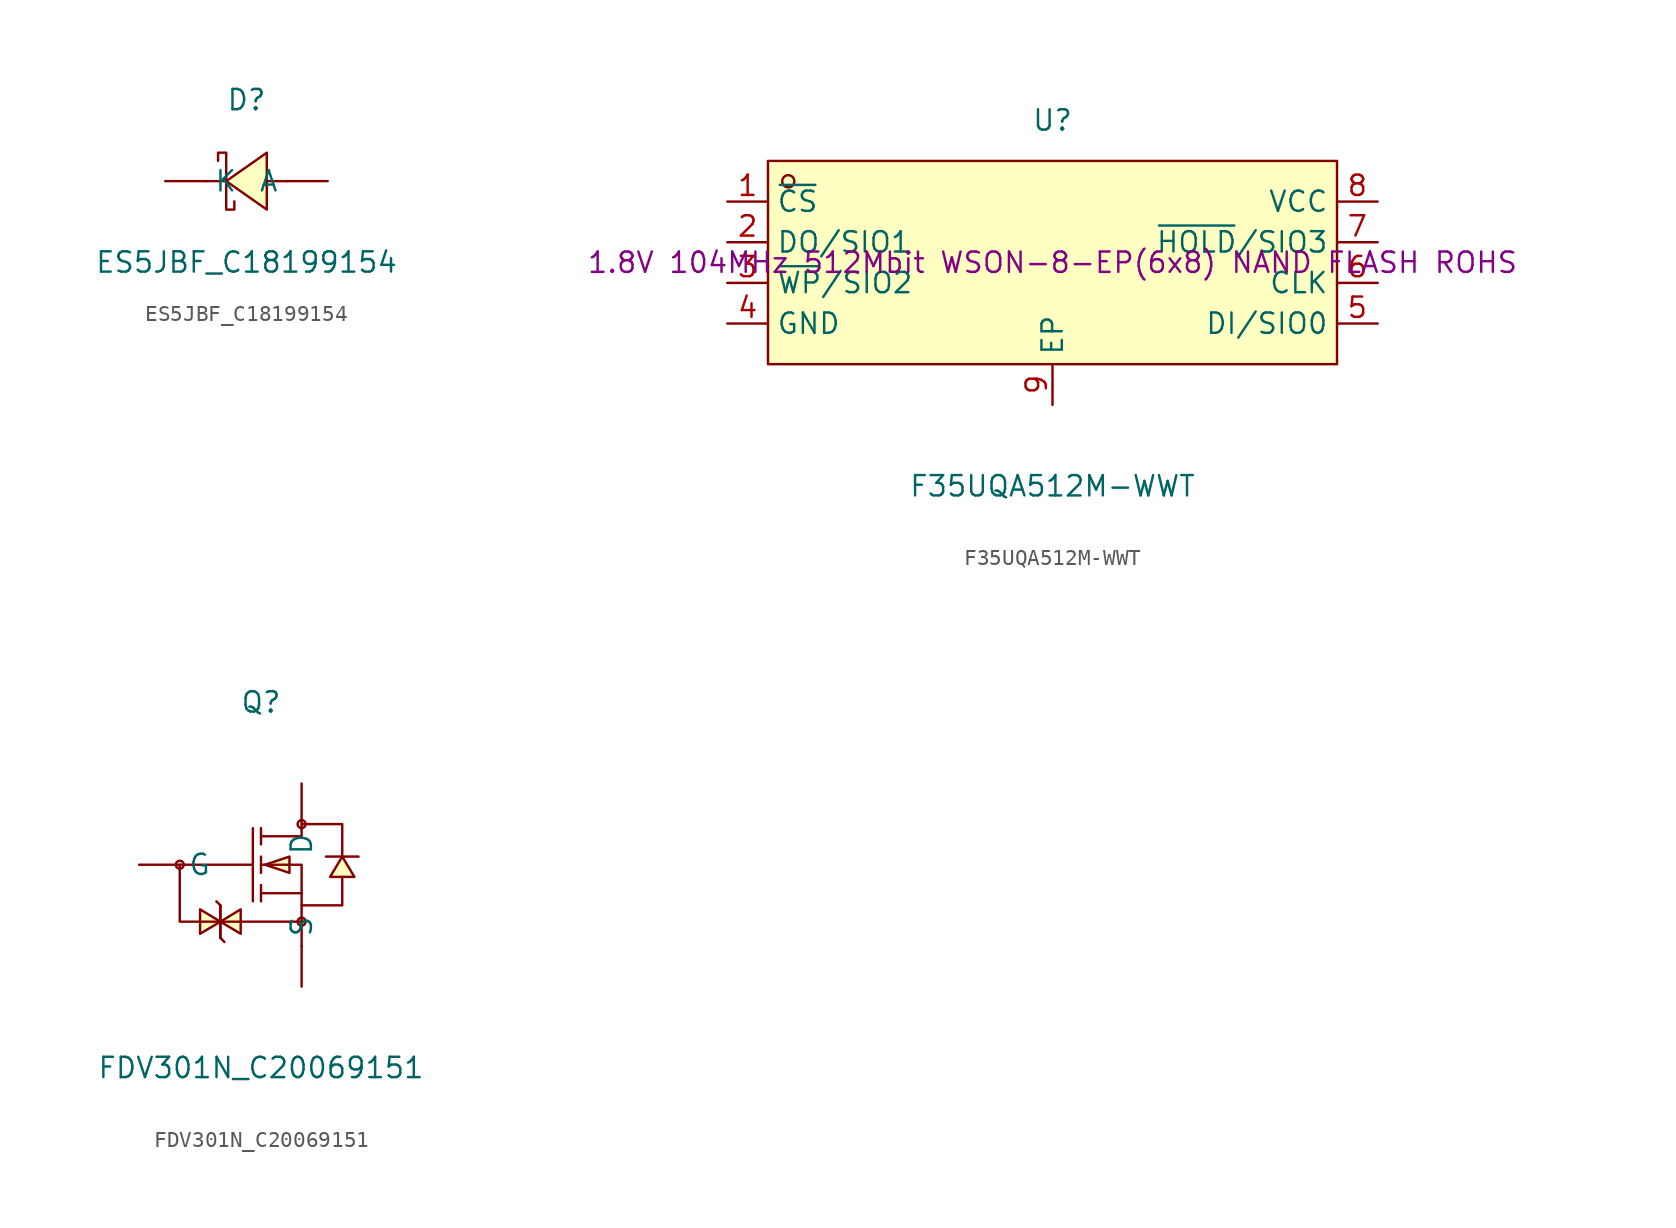
<source format=kicad_sym>
(kicad_symbol_lib
  (version 20241209)
  (generator "kicad_symbol_editor")
  (generator_version "9.0")
  (symbol "ES5JBF_C18199154"
    (pin_numbers
      (hide yes))
    (property "Reference" "D"
      (at 0 5.08 0)
      (effects (font (size 1.27 1.27))))
    (property "Value" "ES5JBF_C18199154"
      (at 0 -5.08 0)
      (effects (font (size 1.27 1.27))))
    (symbol "ES5JBF_C18199154_0_1"
      (polyline (pts (xy -1.78 1.27) (xy -1.78 1.78) (xy -1.27 1.78) (xy -1.27 -1.78) (xy -0.76 -1.78) (xy -0.76 -1.27)) (stroke (width 0) (type default)) (fill (type none)))
      (polyline (pts (xy -1.27 0) (xy -2.54 0)) (stroke (width 0) (type default)) (fill (type none)))
      (polyline (pts (xy 1.27 1.78) (xy -1.27 0) (xy 1.27 -1.78) (xy 1.27 1.78)) (stroke (width 0) (type default)) (fill (type background)))
      (polyline (pts (xy 2.54 0) (xy 1.27 0)) (stroke (width 0) (type default)) (fill (type none)))
      (pin unspecified line (at -5.08 0 0) (length 2.54) (name "K" (effects (font (size 1.27 1.27)))) (number "1" (effects (font (size 1.27 1.27)))))
      (pin unspecified line (at 5.08 0 180) (length 2.54) (name "A" (effects (font (size 1.27 1.27)))) (number "2" (effects (font (size 1.27 1.27)))))))
  (symbol "F35UQA512M-WWT"
    (property "Reference" "U"
      (at 0 8.89 0)
      (effects (font (size 1.27 1.27))))
    (property "Value" "F35UQA512M-WWT"
      (at 0 -13.97 0)
      (effects (font (size 1.27 1.27))))
    (property "Description" "1.8V 104MHz 512Mbit WSON-8-EP(6x8) NAND FLASH ROHS"
      (at 0 0 0)
      (effects (font (size 1.27 1.27))))
    (symbol "F35UQA512M-WWT_0_1"
      (rectangle (start -17.78 6.35) (end 17.78 -6.35) (stroke (width 0) (type default)) (fill (type background)))
      (circle (center -16.51 5.08) (radius 0.38) (stroke (width 0) (type default)) (fill (type none)))
      (pin unspecified line (at -20.32 3.81 0) (length 2.54) (name "~{CS}" (effects (font (size 1.27 1.27)))) (number "1" (effects (font (size 1.27 1.27)))))
      (pin unspecified line (at -20.32 1.27 0) (length 2.54) (name "DO/SIO1" (effects (font (size 1.27 1.27)))) (number "2" (effects (font (size 1.27 1.27)))))
      (pin unspecified line (at -20.32 -1.27 0) (length 2.54) (name "~{WP}/SIO2" (effects (font (size 1.27 1.27)))) (number "3" (effects (font (size 1.27 1.27)))))
      (pin unspecified line (at -20.32 -3.81 0) (length 2.54) (name "GND" (effects (font (size 1.27 1.27)))) (number "4" (effects (font (size 1.27 1.27)))))
      (pin unspecified line (at 0 -8.89 90) (length 2.54) (name "EP" (effects (font (size 1.27 1.27)))) (number "9" (effects (font (size 1.27 1.27)))))
      (pin unspecified line (at 20.32 3.81 180) (length 2.54) (name "VCC" (effects (font (size 1.27 1.27)))) (number "8" (effects (font (size 1.27 1.27)))))
      (pin unspecified line (at 20.32 1.27 180) (length 2.54) (name "~{HOLD}/SIO3" (effects (font (size 1.27 1.27)))) (number "7" (effects (font (size 1.27 1.27)))))
      (pin unspecified line (at 20.32 -1.27 180) (length 2.54) (name "CLK" (effects (font (size 1.27 1.27)))) (number "6" (effects (font (size 1.27 1.27)))))
      (pin unspecified line (at 20.32 -3.81 180) (length 2.54) (name "DI/SIO0" (effects (font (size 1.27 1.27)))) (number "5" (effects (font (size 1.27 1.27)))))))
  (symbol "FDV301N_C20069151"
    (pin_numbers
      (hide yes))
    (property "Reference" "Q"
      (at 0 12.7 0)
      (effects (font (size 1.27 1.27))))
    (property "Value" "FDV301N_C20069151"
      (at 0 -10.16 0)
      (effects (font (size 1.27 1.27))))
    (symbol "FDV301N_C20069151_0_1"
      (circle (center -5.08 2.54) (radius 0.25) (stroke (width 0) (type default)) (fill (type none)))
      (polyline (pts (xy -5.08 2.54) (xy -0.51 2.54)) (stroke (width 0) (type default)) (fill (type none)))
      (polyline (pts (xy -2.54 0) (xy -2.79 0.25)) (stroke (width 0) (type default)) (fill (type none)))
      (polyline (pts (xy -2.54 0) (xy -2.54 -0.51) (xy -2.54 -1.52) (xy -2.54 -2.03)) (stroke (width 0) (type default)) (fill (type none)))
      (polyline (pts (xy -2.54 -1.02) (xy -3.81 -0.25) (xy -3.81 -1.78) (xy -2.54 -1.02)) (stroke (width 0) (type default)) (fill (type background)))
      (polyline (pts (xy -2.54 -1.02) (xy -1.27 -1.78) (xy -1.27 -0.25) (xy -2.54 -1.02)) (stroke (width 0) (type default)) (fill (type background)))
      (polyline (pts (xy -2.54 -2.03) (xy -2.54 -1.52) (xy -2.54 -0.51) (xy -2.54 0)) (stroke (width 0) (type default)) (fill (type none)))
      (polyline (pts (xy -2.29 -2.29) (xy -2.54 -2.03)) (stroke (width 0) (type default)) (fill (type none)))
      (polyline (pts (xy -0.51 4.83) (xy -0.51 0.25)) (stroke (width 0) (type default)) (fill (type none)))
      (polyline (pts (xy 0 4.83) (xy 0 3.81)) (stroke (width 0) (type default)) (fill (type none)))
      (polyline (pts (xy 0 4.32) (xy 2.54 4.32) (xy 2.54 5.08) (xy 5.08 5.08) (xy 5.08 3.05)) (stroke (width 0) (type default)) (fill (type none)))
      (polyline (pts (xy 0 2.54) (xy 2.54 2.54) (xy 2.54 0) (xy 5.08 0) (xy 5.08 1.78)) (stroke (width 0) (type default)) (fill (type none)))
      (polyline (pts (xy 0 2.03) (xy 0 3.05)) (stroke (width 0) (type default)) (fill (type none)))
      (polyline (pts (xy 0 0.25) (xy 0 1.27)) (stroke (width 0) (type default)) (fill (type none)))
      (polyline (pts (xy 0.25 2.54) (xy 1.78 2.03) (xy 1.78 3.05) (xy 0.25 2.54)) (stroke (width 0) (type default)) (fill (type background)))
      (circle (center 2.54 5.08) (radius 0.25) (stroke (width 0) (type default)) (fill (type none)))
      (polyline (pts (xy 2.54 0.76) (xy 0 0.76)) (stroke (width 0) (type default)) (fill (type none)))
      (polyline (pts (xy 2.54 -1.02) (xy -5.08 -1.02) (xy -5.08 2.54)) (stroke (width 0) (type default)) (fill (type none)))
      (circle (center 2.54 -1.02) (radius 0.25) (stroke (width 0) (type default)) (fill (type none)))
      (polyline (pts (xy 2.54 -2.54) (xy 2.54 0)) (stroke (width 0) (type default)) (fill (type none)))
      (polyline (pts (xy 5.08 3.05) (xy 4.32 1.78) (xy 5.84 1.78) (xy 5.08 3.05)) (stroke (width 0) (type default)) (fill (type background)))
      (polyline (pts (xy 6.1 3.05) (xy 5.59 3.05) (xy 4.57 3.05) (xy 4.06 3.05)) (stroke (width 0) (type default)) (fill (type none)))
      (pin unspecified line (at -7.62 2.54 0) (length 2.54) (name "G" (effects (font (size 1.27 1.27)))) (number "1" (effects (font (size 1.27 1.27)))))
      (pin unspecified line (at 2.54 7.62 270) (length 2.54) (name "D" (effects (font (size 1.27 1.27)))) (number "3" (effects (font (size 1.27 1.27)))))
      (pin unspecified line (at 2.54 -5.08 90) (length 2.54) (name "S" (effects (font (size 1.27 1.27)))) (number "2" (effects (font (size 1.27 1.27))))))))
</source>
